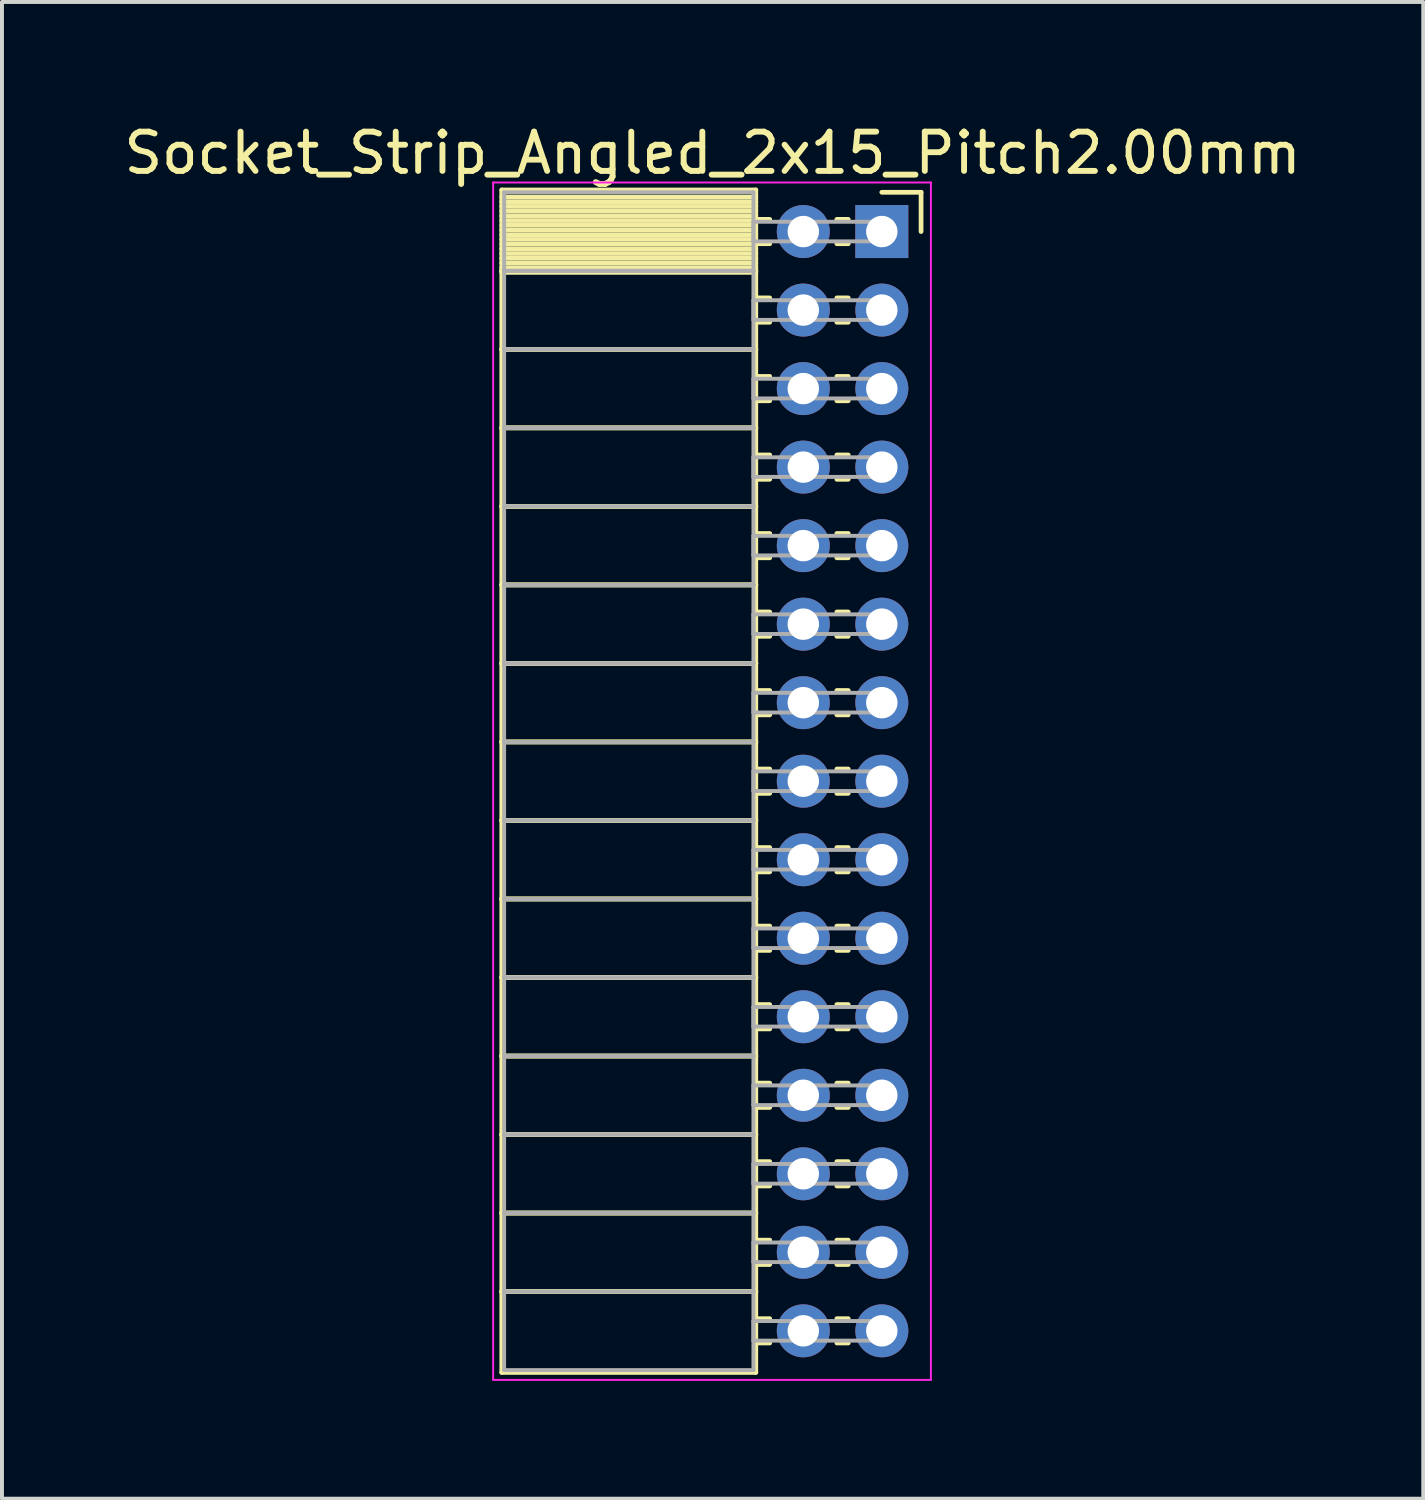
<source format=kicad_pcb>
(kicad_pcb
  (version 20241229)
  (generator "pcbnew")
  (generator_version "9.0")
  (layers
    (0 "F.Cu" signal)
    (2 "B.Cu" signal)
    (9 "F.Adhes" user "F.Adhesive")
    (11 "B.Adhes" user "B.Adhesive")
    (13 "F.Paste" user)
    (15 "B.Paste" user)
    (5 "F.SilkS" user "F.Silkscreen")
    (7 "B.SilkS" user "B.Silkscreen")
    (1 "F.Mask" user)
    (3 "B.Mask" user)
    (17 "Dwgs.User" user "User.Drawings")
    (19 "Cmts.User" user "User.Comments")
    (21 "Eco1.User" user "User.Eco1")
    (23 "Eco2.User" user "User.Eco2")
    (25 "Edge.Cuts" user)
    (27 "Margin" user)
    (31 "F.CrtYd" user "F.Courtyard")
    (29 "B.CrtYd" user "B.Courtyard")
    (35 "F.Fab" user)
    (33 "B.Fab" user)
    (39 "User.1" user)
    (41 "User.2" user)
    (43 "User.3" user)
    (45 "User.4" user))
  (footprint "Socket_Strip_Angled_2x15_Pitch2.00mm"
    (layer "F.Cu")
    (at 19.411 2.848)
    (property "Reference" "Socket_Strip_Angled_2x15_Pitch2.00mm" (at -4.31 -2 0) (layer "F.SilkS") (effects (font (size 1 1) (thickness 0.15))))
    (attr through_hole)
    (fp_line (start -9.68 -1.06) (end -3.21 -1.06) (stroke (width 0.12) (type solid)) (layer "F.SilkS"))
    (fp_line (start -9.68 1) (end -9.68 -1.06) (stroke (width 0.12) (type solid)) (layer "F.SilkS"))
    (fp_line (start -9.68 1) (end -3.21 1) (stroke (width 0.12) (type solid)) (layer "F.SilkS"))
    (fp_line (start -9.68 3) (end -9.68 1) (stroke (width 0.12) (type solid)) (layer "F.SilkS"))
    (fp_line (start -9.68 3) (end -3.21 3) (stroke (width 0.12) (type solid)) (layer "F.SilkS"))
    (fp_line (start -9.68 5) (end -9.68 3) (stroke (width 0.12) (type solid)) (layer "F.SilkS"))
    (fp_line (start -9.68 5) (end -3.21 5) (stroke (width 0.12) (type solid)) (layer "F.SilkS"))
    (fp_line (start -9.68 7) (end -9.68 5) (stroke (width 0.12) (type solid)) (layer "F.SilkS"))
    (fp_line (start -9.68 7) (end -3.21 7) (stroke (width 0.12) (type solid)) (layer "F.SilkS"))
    (fp_line (start -9.68 9) (end -9.68 7) (stroke (width 0.12) (type solid)) (layer "F.SilkS"))
    (fp_line (start -9.68 9) (end -3.21 9) (stroke (width 0.12) (type solid)) (layer "F.SilkS"))
    (fp_line (start -9.68 11) (end -9.68 9) (stroke (width 0.12) (type solid)) (layer "F.SilkS"))
    (fp_line (start -9.68 11) (end -3.21 11) (stroke (width 0.12) (type solid)) (layer "F.SilkS"))
    (fp_line (start -9.68 13) (end -9.68 11) (stroke (width 0.12) (type solid)) (layer "F.SilkS"))
    (fp_line (start -9.68 13) (end -3.21 13) (stroke (width 0.12) (type solid)) (layer "F.SilkS"))
    (fp_line (start -9.68 15) (end -9.68 13) (stroke (width 0.12) (type solid)) (layer "F.SilkS"))
    (fp_line (start -9.68 15) (end -3.21 15) (stroke (width 0.12) (type solid)) (layer "F.SilkS"))
    (fp_line (start -9.68 17) (end -9.68 15) (stroke (width 0.12) (type solid)) (layer "F.SilkS"))
    (fp_line (start -9.68 17) (end -3.21 17) (stroke (width 0.12) (type solid)) (layer "F.SilkS"))
    (fp_line (start -9.68 19) (end -9.68 17) (stroke (width 0.12) (type solid)) (layer "F.SilkS"))
    (fp_line (start -9.68 19) (end -3.21 19) (stroke (width 0.12) (type solid)) (layer "F.SilkS"))
    (fp_line (start -9.68 21) (end -9.68 19) (stroke (width 0.12) (type solid)) (layer "F.SilkS"))
    (fp_line (start -9.68 21) (end -3.21 21) (stroke (width 0.12) (type solid)) (layer "F.SilkS"))
    (fp_line (start -9.68 23) (end -9.68 21) (stroke (width 0.12) (type solid)) (layer "F.SilkS"))
    (fp_line (start -9.68 23) (end -3.21 23) (stroke (width 0.12) (type solid)) (layer "F.SilkS"))
    (fp_line (start -9.68 25) (end -9.68 23) (stroke (width 0.12) (type solid)) (layer "F.SilkS"))
    (fp_line (start -9.68 25) (end -3.21 25) (stroke (width 0.12) (type solid)) (layer "F.SilkS"))
    (fp_line (start -9.68 27) (end -9.68 25) (stroke (width 0.12) (type solid)) (layer "F.SilkS"))
    (fp_line (start -9.68 27) (end -3.21 27) (stroke (width 0.12) (type solid)) (layer "F.SilkS"))
    (fp_line (start -9.68 29.06) (end -9.68 27) (stroke (width 0.12) (type solid)) (layer "F.SilkS"))
    (fp_line (start -3.21 -1.06) (end -3.21 1) (stroke (width 0.12) (type solid)) (layer "F.SilkS"))
    (fp_line (start -3.21 -0.88) (end -9.68 -0.88) (stroke (width 0.12) (type solid)) (layer "F.SilkS"))
    (fp_line (start -3.21 -0.76) (end -9.68 -0.76) (stroke (width 0.12) (type solid)) (layer "F.SilkS"))
    (fp_line (start -3.21 -0.64) (end -9.68 -0.64) (stroke (width 0.12) (type solid)) (layer "F.SilkS"))
    (fp_line (start -3.21 -0.52) (end -9.68 -0.52) (stroke (width 0.12) (type solid)) (layer "F.SilkS"))
    (fp_line (start -3.21 -0.4) (end -9.68 -0.4) (stroke (width 0.12) (type solid)) (layer "F.SilkS"))
    (fp_line (start -3.21 -0.28) (end -9.68 -0.28) (stroke (width 0.12) (type solid)) (layer "F.SilkS"))
    (fp_line (start -3.21 -0.16) (end -9.68 -0.16) (stroke (width 0.12) (type solid)) (layer "F.SilkS"))
    (fp_line (start -3.21 -0.04) (end -9.68 -0.04) (stroke (width 0.12) (type solid)) (layer "F.SilkS"))
    (fp_line (start -3.21 0.08) (end -9.68 0.08) (stroke (width 0.12) (type solid)) (layer "F.SilkS"))
    (fp_line (start -3.21 0.2) (end -9.68 0.2) (stroke (width 0.12) (type solid)) (layer "F.SilkS"))
    (fp_line (start -3.21 0.32) (end -9.68 0.32) (stroke (width 0.12) (type solid)) (layer "F.SilkS"))
    (fp_line (start -3.21 0.44) (end -9.68 0.44) (stroke (width 0.12) (type solid)) (layer "F.SilkS"))
    (fp_line (start -3.21 0.56) (end -9.68 0.56) (stroke (width 0.12) (type solid)) (layer "F.SilkS"))
    (fp_line (start -3.21 0.68) (end -9.68 0.68) (stroke (width 0.12) (type solid)) (layer "F.SilkS"))
    (fp_line (start -3.21 0.8) (end -9.68 0.8) (stroke (width 0.12) (type solid)) (layer "F.SilkS"))
    (fp_line (start -3.21 0.92) (end -9.68 0.92) (stroke (width 0.12) (type solid)) (layer "F.SilkS"))
    (fp_line (start -3.21 1) (end -9.68 1) (stroke (width 0.12) (type solid)) (layer "F.SilkS"))
    (fp_line (start -3.21 1) (end -3.21 3) (stroke (width 0.12) (type solid)) (layer "F.SilkS"))
    (fp_line (start -3.21 1.04) (end -9.68 1.04) (stroke (width 0.12) (type solid)) (layer "F.SilkS"))
    (fp_line (start -3.21 3) (end -9.68 3) (stroke (width 0.12) (type solid)) (layer "F.SilkS"))
    (fp_line (start -3.21 3) (end -3.21 5) (stroke (width 0.12) (type solid)) (layer "F.SilkS"))
    (fp_line (start -3.21 5) (end -9.68 5) (stroke (width 0.12) (type solid)) (layer "F.SilkS"))
    (fp_line (start -3.21 5) (end -3.21 7) (stroke (width 0.12) (type solid)) (layer "F.SilkS"))
    (fp_line (start -3.21 7) (end -9.68 7) (stroke (width 0.12) (type solid)) (layer "F.SilkS"))
    (fp_line (start -3.21 7) (end -3.21 9) (stroke (width 0.12) (type solid)) (layer "F.SilkS"))
    (fp_line (start -3.21 9) (end -9.68 9) (stroke (width 0.12) (type solid)) (layer "F.SilkS"))
    (fp_line (start -3.21 9) (end -3.21 11) (stroke (width 0.12) (type solid)) (layer "F.SilkS"))
    (fp_line (start -3.21 11) (end -9.68 11) (stroke (width 0.12) (type solid)) (layer "F.SilkS"))
    (fp_line (start -3.21 11) (end -3.21 13) (stroke (width 0.12) (type solid)) (layer "F.SilkS"))
    (fp_line (start -3.21 13) (end -9.68 13) (stroke (width 0.12) (type solid)) (layer "F.SilkS"))
    (fp_line (start -3.21 13) (end -3.21 15) (stroke (width 0.12) (type solid)) (layer "F.SilkS"))
    (fp_line (start -3.21 15) (end -9.68 15) (stroke (width 0.12) (type solid)) (layer "F.SilkS"))
    (fp_line (start -3.21 15) (end -3.21 17) (stroke (width 0.12) (type solid)) (layer "F.SilkS"))
    (fp_line (start -3.21 17) (end -9.68 17) (stroke (width 0.12) (type solid)) (layer "F.SilkS"))
    (fp_line (start -3.21 17) (end -3.21 19) (stroke (width 0.12) (type solid)) (layer "F.SilkS"))
    (fp_line (start -3.21 19) (end -9.68 19) (stroke (width 0.12) (type solid)) (layer "F.SilkS"))
    (fp_line (start -3.21 19) (end -3.21 21) (stroke (width 0.12) (type solid)) (layer "F.SilkS"))
    (fp_line (start -3.21 21) (end -9.68 21) (stroke (width 0.12) (type solid)) (layer "F.SilkS"))
    (fp_line (start -3.21 21) (end -3.21 23) (stroke (width 0.12) (type solid)) (layer "F.SilkS"))
    (fp_line (start -3.21 23) (end -9.68 23) (stroke (width 0.12) (type solid)) (layer "F.SilkS"))
    (fp_line (start -3.21 23) (end -3.21 25) (stroke (width 0.12) (type solid)) (layer "F.SilkS"))
    (fp_line (start -3.21 25) (end -9.68 25) (stroke (width 0.12) (type solid)) (layer "F.SilkS"))
    (fp_line (start -3.21 25) (end -3.21 27) (stroke (width 0.12) (type solid)) (layer "F.SilkS"))
    (fp_line (start -3.21 27) (end -9.68 27) (stroke (width 0.12) (type solid)) (layer "F.SilkS"))
    (fp_line (start -3.21 27) (end -3.21 29.06) (stroke (width 0.12) (type solid)) (layer "F.SilkS"))
    (fp_line (start -3.21 29.06) (end -9.68 29.06) (stroke (width 0.12) (type solid)) (layer "F.SilkS"))
    (fp_line (start -2.855 -0.31) (end -3.21 -0.31) (stroke (width 0.12) (type solid)) (layer "F.SilkS"))
    (fp_line (start -2.855 0.31) (end -3.21 0.31) (stroke (width 0.12) (type solid)) (layer "F.SilkS"))
    (fp_line (start -2.855 1.69) (end -3.21 1.69) (stroke (width 0.12) (type solid)) (layer "F.SilkS"))
    (fp_line (start -2.855 2.31) (end -3.21 2.31) (stroke (width 0.12) (type solid)) (layer "F.SilkS"))
    (fp_line (start -2.855 3.69) (end -3.21 3.69) (stroke (width 0.12) (type solid)) (layer "F.SilkS"))
    (fp_line (start -2.855 4.31) (end -3.21 4.31) (stroke (width 0.12) (type solid)) (layer "F.SilkS"))
    (fp_line (start -2.855 5.69) (end -3.21 5.69) (stroke (width 0.12) (type solid)) (layer "F.SilkS"))
    (fp_line (start -2.855 6.31) (end -3.21 6.31) (stroke (width 0.12) (type solid)) (layer "F.SilkS"))
    (fp_line (start -2.855 7.69) (end -3.21 7.69) (stroke (width 0.12) (type solid)) (layer "F.SilkS"))
    (fp_line (start -2.855 8.31) (end -3.21 8.31) (stroke (width 0.12) (type solid)) (layer "F.SilkS"))
    (fp_line (start -2.855 9.69) (end -3.21 9.69) (stroke (width 0.12) (type solid)) (layer "F.SilkS"))
    (fp_line (start -2.855 10.31) (end -3.21 10.31) (stroke (width 0.12) (type solid)) (layer "F.SilkS"))
    (fp_line (start -2.855 11.69) (end -3.21 11.69) (stroke (width 0.12) (type solid)) (layer "F.SilkS"))
    (fp_line (start -2.855 12.31) (end -3.21 12.31) (stroke (width 0.12) (type solid)) (layer "F.SilkS"))
    (fp_line (start -2.855 13.69) (end -3.21 13.69) (stroke (width 0.12) (type solid)) (layer "F.SilkS"))
    (fp_line (start -2.855 14.31) (end -3.21 14.31) (stroke (width 0.12) (type solid)) (layer "F.SilkS"))
    (fp_line (start -2.855 15.69) (end -3.21 15.69) (stroke (width 0.12) (type solid)) (layer "F.SilkS"))
    (fp_line (start -2.855 16.31) (end -3.21 16.31) (stroke (width 0.12) (type solid)) (layer "F.SilkS"))
    (fp_line (start -2.855 17.69) (end -3.21 17.69) (stroke (width 0.12) (type solid)) (layer "F.SilkS"))
    (fp_line (start -2.855 18.31) (end -3.21 18.31) (stroke (width 0.12) (type solid)) (layer "F.SilkS"))
    (fp_line (start -2.855 19.69) (end -3.21 19.69) (stroke (width 0.12) (type solid)) (layer "F.SilkS"))
    (fp_line (start -2.855 20.31) (end -3.21 20.31) (stroke (width 0.12) (type solid)) (layer "F.SilkS"))
    (fp_line (start -2.855 21.69) (end -3.21 21.69) (stroke (width 0.12) (type solid)) (layer "F.SilkS"))
    (fp_line (start -2.855 22.31) (end -3.21 22.31) (stroke (width 0.12) (type solid)) (layer "F.SilkS"))
    (fp_line (start -2.855 23.69) (end -3.21 23.69) (stroke (width 0.12) (type solid)) (layer "F.SilkS"))
    (fp_line (start -2.855 24.31) (end -3.21 24.31) (stroke (width 0.12) (type solid)) (layer "F.SilkS"))
    (fp_line (start -2.855 25.69) (end -3.21 25.69) (stroke (width 0.12) (type solid)) (layer "F.SilkS"))
    (fp_line (start -2.855 26.31) (end -3.21 26.31) (stroke (width 0.12) (type solid)) (layer "F.SilkS"))
    (fp_line (start -2.855 27.69) (end -3.21 27.69) (stroke (width 0.12) (type solid)) (layer "F.SilkS"))
    (fp_line (start -2.855 28.31) (end -3.21 28.31) (stroke (width 0.12) (type solid)) (layer "F.SilkS"))
    (fp_line (start -0.855 -0.31) (end -1.145 -0.31) (stroke (width 0.12) (type solid)) (layer "F.SilkS"))
    (fp_line (start -0.855 0.31) (end -1.145 0.31) (stroke (width 0.12) (type solid)) (layer "F.SilkS"))
    (fp_line (start -0.855 1.69) (end -1.145 1.69) (stroke (width 0.12) (type solid)) (layer "F.SilkS"))
    (fp_line (start -0.855 2.31) (end -1.145 2.31) (stroke (width 0.12) (type solid)) (layer "F.SilkS"))
    (fp_line (start -0.855 3.69) (end -1.145 3.69) (stroke (width 0.12) (type solid)) (layer "F.SilkS"))
    (fp_line (start -0.855 4.31) (end -1.145 4.31) (stroke (width 0.12) (type solid)) (layer "F.SilkS"))
    (fp_line (start -0.855 5.69) (end -1.145 5.69) (stroke (width 0.12) (type solid)) (layer "F.SilkS"))
    (fp_line (start -0.855 6.31) (end -1.145 6.31) (stroke (width 0.12) (type solid)) (layer "F.SilkS"))
    (fp_line (start -0.855 7.69) (end -1.145 7.69) (stroke (width 0.12) (type solid)) (layer "F.SilkS"))
    (fp_line (start -0.855 8.31) (end -1.145 8.31) (stroke (width 0.12) (type solid)) (layer "F.SilkS"))
    (fp_line (start -0.855 9.69) (end -1.145 9.69) (stroke (width 0.12) (type solid)) (layer "F.SilkS"))
    (fp_line (start -0.855 10.31) (end -1.145 10.31) (stroke (width 0.12) (type solid)) (layer "F.SilkS"))
    (fp_line (start -0.855 11.69) (end -1.145 11.69) (stroke (width 0.12) (type solid)) (layer "F.SilkS"))
    (fp_line (start -0.855 12.31) (end -1.145 12.31) (stroke (width 0.12) (type solid)) (layer "F.SilkS"))
    (fp_line (start -0.855 13.69) (end -1.145 13.69) (stroke (width 0.12) (type solid)) (layer "F.SilkS"))
    (fp_line (start -0.855 14.31) (end -1.145 14.31) (stroke (width 0.12) (type solid)) (layer "F.SilkS"))
    (fp_line (start -0.855 15.69) (end -1.145 15.69) (stroke (width 0.12) (type solid)) (layer "F.SilkS"))
    (fp_line (start -0.855 16.31) (end -1.145 16.31) (stroke (width 0.12) (type solid)) (layer "F.SilkS"))
    (fp_line (start -0.855 17.69) (end -1.145 17.69) (stroke (width 0.12) (type solid)) (layer "F.SilkS"))
    (fp_line (start -0.855 18.31) (end -1.145 18.31) (stroke (width 0.12) (type solid)) (layer "F.SilkS"))
    (fp_line (start -0.855 19.69) (end -1.145 19.69) (stroke (width 0.12) (type solid)) (layer "F.SilkS"))
    (fp_line (start -0.855 20.31) (end -1.145 20.31) (stroke (width 0.12) (type solid)) (layer "F.SilkS"))
    (fp_line (start -0.855 21.69) (end -1.145 21.69) (stroke (width 0.12) (type solid)) (layer "F.SilkS"))
    (fp_line (start -0.855 22.31) (end -1.145 22.31) (stroke (width 0.12) (type solid)) (layer "F.SilkS"))
    (fp_line (start -0.855 23.69) (end -1.145 23.69) (stroke (width 0.12) (type solid)) (layer "F.SilkS"))
    (fp_line (start -0.855 24.31) (end -1.145 24.31) (stroke (width 0.12) (type solid)) (layer "F.SilkS"))
    (fp_line (start -0.855 25.69) (end -1.145 25.69) (stroke (width 0.12) (type solid)) (layer "F.SilkS"))
    (fp_line (start -0.855 26.31) (end -1.145 26.31) (stroke (width 0.12) (type solid)) (layer "F.SilkS"))
    (fp_line (start -0.855 27.69) (end -1.145 27.69) (stroke (width 0.12) (type solid)) (layer "F.SilkS"))
    (fp_line (start -0.855 28.31) (end -1.145 28.31) (stroke (width 0.12) (type solid)) (layer "F.SilkS"))
    (fp_line (start 0 -1) (end 1 -1) (stroke (width 0.12) (type solid)) (layer "F.SilkS"))
    (fp_line (start 1 -1) (end 1 0) (stroke (width 0.12) (type solid)) (layer "F.SilkS"))
    (fp_line (start -9.9 -1.25) (end 1.25 -1.25) (stroke (width 0.05) (type solid)) (layer "F.CrtYd"))
    (fp_line (start -9.9 29.25) (end -9.9 -1.25) (stroke (width 0.05) (type solid)) (layer "F.CrtYd"))
    (fp_line (start 1.25 -1.25) (end 1.25 29.25) (stroke (width 0.05) (type solid)) (layer "F.CrtYd"))
    (fp_line (start 1.25 29.25) (end -9.9 29.25) (stroke (width 0.05) (type solid)) (layer "F.CrtYd"))
    (fp_line (start -9.62 -1) (end -3.27 -1) (stroke (width 0.1) (type solid)) (layer "F.Fab"))
    (fp_line (start -9.62 1) (end -9.62 -1) (stroke (width 0.1) (type solid)) (layer "F.Fab"))
    (fp_line (start -9.62 1) (end -3.27 1) (stroke (width 0.1) (type solid)) (layer "F.Fab"))
    (fp_line (start -9.62 3) (end -9.62 1) (stroke (width 0.1) (type solid)) (layer "F.Fab"))
    (fp_line (start -9.62 3) (end -3.27 3) (stroke (width 0.1) (type solid)) (layer "F.Fab"))
    (fp_line (start -9.62 5) (end -9.62 3) (stroke (width 0.1) (type solid)) (layer "F.Fab"))
    (fp_line (start -9.62 5) (end -3.27 5) (stroke (width 0.1) (type solid)) (layer "F.Fab"))
    (fp_line (start -9.62 7) (end -9.62 5) (stroke (width 0.1) (type solid)) (layer "F.Fab"))
    (fp_line (start -9.62 7) (end -3.27 7) (stroke (width 0.1) (type solid)) (layer "F.Fab"))
    (fp_line (start -9.62 9) (end -9.62 7) (stroke (width 0.1) (type solid)) (layer "F.Fab"))
    (fp_line (start -9.62 9) (end -3.27 9) (stroke (width 0.1) (type solid)) (layer "F.Fab"))
    (fp_line (start -9.62 11) (end -9.62 9) (stroke (width 0.1) (type solid)) (layer "F.Fab"))
    (fp_line (start -9.62 11) (end -3.27 11) (stroke (width 0.1) (type solid)) (layer "F.Fab"))
    (fp_line (start -9.62 13) (end -9.62 11) (stroke (width 0.1) (type solid)) (layer "F.Fab"))
    (fp_line (start -9.62 13) (end -3.27 13) (stroke (width 0.1) (type solid)) (layer "F.Fab"))
    (fp_line (start -9.62 15) (end -9.62 13) (stroke (width 0.1) (type solid)) (layer "F.Fab"))
    (fp_line (start -9.62 15) (end -3.27 15) (stroke (width 0.1) (type solid)) (layer "F.Fab"))
    (fp_line (start -9.62 17) (end -9.62 15) (stroke (width 0.1) (type solid)) (layer "F.Fab"))
    (fp_line (start -9.62 17) (end -3.27 17) (stroke (width 0.1) (type solid)) (layer "F.Fab"))
    (fp_line (start -9.62 19) (end -9.62 17) (stroke (width 0.1) (type solid)) (layer "F.Fab"))
    (fp_line (start -9.62 19) (end -3.27 19) (stroke (width 0.1) (type solid)) (layer "F.Fab"))
    (fp_line (start -9.62 21) (end -9.62 19) (stroke (width 0.1) (type solid)) (layer "F.Fab"))
    (fp_line (start -9.62 21) (end -3.27 21) (stroke (width 0.1) (type solid)) (layer "F.Fab"))
    (fp_line (start -9.62 23) (end -9.62 21) (stroke (width 0.1) (type solid)) (layer "F.Fab"))
    (fp_line (start -9.62 23) (end -3.27 23) (stroke (width 0.1) (type solid)) (layer "F.Fab"))
    (fp_line (start -9.62 25) (end -9.62 23) (stroke (width 0.1) (type solid)) (layer "F.Fab"))
    (fp_line (start -9.62 25) (end -3.27 25) (stroke (width 0.1) (type solid)) (layer "F.Fab"))
    (fp_line (start -9.62 27) (end -9.62 25) (stroke (width 0.1) (type solid)) (layer "F.Fab"))
    (fp_line (start -9.62 27) (end -3.27 27) (stroke (width 0.1) (type solid)) (layer "F.Fab"))
    (fp_line (start -9.62 29) (end -9.62 27) (stroke (width 0.1) (type solid)) (layer "F.Fab"))
    (fp_line (start -3.27 -1) (end -3.27 1) (stroke (width 0.1) (type solid)) (layer "F.Fab"))
    (fp_line (start -3.27 -0.25) (end 0 -0.25) (stroke (width 0.1) (type solid)) (layer "F.Fab"))
    (fp_line (start -3.27 0.25) (end -3.27 -0.25) (stroke (width 0.1) (type solid)) (layer "F.Fab"))
    (fp_line (start -3.27 1) (end -9.62 1) (stroke (width 0.1) (type solid)) (layer "F.Fab"))
    (fp_line (start -3.27 1) (end -3.27 3) (stroke (width 0.1) (type solid)) (layer "F.Fab"))
    (fp_line (start -3.27 1.75) (end 0 1.75) (stroke (width 0.1) (type solid)) (layer "F.Fab"))
    (fp_line (start -3.27 2.25) (end -3.27 1.75) (stroke (width 0.1) (type solid)) (layer "F.Fab"))
    (fp_line (start -3.27 3) (end -9.62 3) (stroke (width 0.1) (type solid)) (layer "F.Fab"))
    (fp_line (start -3.27 3) (end -3.27 5) (stroke (width 0.1) (type solid)) (layer "F.Fab"))
    (fp_line (start -3.27 3.75) (end 0 3.75) (stroke (width 0.1) (type solid)) (layer "F.Fab"))
    (fp_line (start -3.27 4.25) (end -3.27 3.75) (stroke (width 0.1) (type solid)) (layer "F.Fab"))
    (fp_line (start -3.27 5) (end -9.62 5) (stroke (width 0.1) (type solid)) (layer "F.Fab"))
    (fp_line (start -3.27 5) (end -3.27 7) (stroke (width 0.1) (type solid)) (layer "F.Fab"))
    (fp_line (start -3.27 5.75) (end 0 5.75) (stroke (width 0.1) (type solid)) (layer "F.Fab"))
    (fp_line (start -3.27 6.25) (end -3.27 5.75) (stroke (width 0.1) (type solid)) (layer "F.Fab"))
    (fp_line (start -3.27 7) (end -9.62 7) (stroke (width 0.1) (type solid)) (layer "F.Fab"))
    (fp_line (start -3.27 7) (end -3.27 9) (stroke (width 0.1) (type solid)) (layer "F.Fab"))
    (fp_line (start -3.27 7.75) (end 0 7.75) (stroke (width 0.1) (type solid)) (layer "F.Fab"))
    (fp_line (start -3.27 8.25) (end -3.27 7.75) (stroke (width 0.1) (type solid)) (layer "F.Fab"))
    (fp_line (start -3.27 9) (end -9.62 9) (stroke (width 0.1) (type solid)) (layer "F.Fab"))
    (fp_line (start -3.27 9) (end -3.27 11) (stroke (width 0.1) (type solid)) (layer "F.Fab"))
    (fp_line (start -3.27 9.75) (end 0 9.75) (stroke (width 0.1) (type solid)) (layer "F.Fab"))
    (fp_line (start -3.27 10.25) (end -3.27 9.75) (stroke (width 0.1) (type solid)) (layer "F.Fab"))
    (fp_line (start -3.27 11) (end -9.62 11) (stroke (width 0.1) (type solid)) (layer "F.Fab"))
    (fp_line (start -3.27 11) (end -3.27 13) (stroke (width 0.1) (type solid)) (layer "F.Fab"))
    (fp_line (start -3.27 11.75) (end 0 11.75) (stroke (width 0.1) (type solid)) (layer "F.Fab"))
    (fp_line (start -3.27 12.25) (end -3.27 11.75) (stroke (width 0.1) (type solid)) (layer "F.Fab"))
    (fp_line (start -3.27 13) (end -9.62 13) (stroke (width 0.1) (type solid)) (layer "F.Fab"))
    (fp_line (start -3.27 13) (end -3.27 15) (stroke (width 0.1) (type solid)) (layer "F.Fab"))
    (fp_line (start -3.27 13.75) (end 0 13.75) (stroke (width 0.1) (type solid)) (layer "F.Fab"))
    (fp_line (start -3.27 14.25) (end -3.27 13.75) (stroke (width 0.1) (type solid)) (layer "F.Fab"))
    (fp_line (start -3.27 15) (end -9.62 15) (stroke (width 0.1) (type solid)) (layer "F.Fab"))
    (fp_line (start -3.27 15) (end -3.27 17) (stroke (width 0.1) (type solid)) (layer "F.Fab"))
    (fp_line (start -3.27 15.75) (end 0 15.75) (stroke (width 0.1) (type solid)) (layer "F.Fab"))
    (fp_line (start -3.27 16.25) (end -3.27 15.75) (stroke (width 0.1) (type solid)) (layer "F.Fab"))
    (fp_line (start -3.27 17) (end -9.62 17) (stroke (width 0.1) (type solid)) (layer "F.Fab"))
    (fp_line (start -3.27 17) (end -3.27 19) (stroke (width 0.1) (type solid)) (layer "F.Fab"))
    (fp_line (start -3.27 17.75) (end 0 17.75) (stroke (width 0.1) (type solid)) (layer "F.Fab"))
    (fp_line (start -3.27 18.25) (end -3.27 17.75) (stroke (width 0.1) (type solid)) (layer "F.Fab"))
    (fp_line (start -3.27 19) (end -9.62 19) (stroke (width 0.1) (type solid)) (layer "F.Fab"))
    (fp_line (start -3.27 19) (end -3.27 21) (stroke (width 0.1) (type solid)) (layer "F.Fab"))
    (fp_line (start -3.27 19.75) (end 0 19.75) (stroke (width 0.1) (type solid)) (layer "F.Fab"))
    (fp_line (start -3.27 20.25) (end -3.27 19.75) (stroke (width 0.1) (type solid)) (layer "F.Fab"))
    (fp_line (start -3.27 21) (end -9.62 21) (stroke (width 0.1) (type solid)) (layer "F.Fab"))
    (fp_line (start -3.27 21) (end -3.27 23) (stroke (width 0.1) (type solid)) (layer "F.Fab"))
    (fp_line (start -3.27 21.75) (end 0 21.75) (stroke (width 0.1) (type solid)) (layer "F.Fab"))
    (fp_line (start -3.27 22.25) (end -3.27 21.75) (stroke (width 0.1) (type solid)) (layer "F.Fab"))
    (fp_line (start -3.27 23) (end -9.62 23) (stroke (width 0.1) (type solid)) (layer "F.Fab"))
    (fp_line (start -3.27 23) (end -3.27 25) (stroke (width 0.1) (type solid)) (layer "F.Fab"))
    (fp_line (start -3.27 23.75) (end 0 23.75) (stroke (width 0.1) (type solid)) (layer "F.Fab"))
    (fp_line (start -3.27 24.25) (end -3.27 23.75) (stroke (width 0.1) (type solid)) (layer "F.Fab"))
    (fp_line (start -3.27 25) (end -9.62 25) (stroke (width 0.1) (type solid)) (layer "F.Fab"))
    (fp_line (start -3.27 25) (end -3.27 27) (stroke (width 0.1) (type solid)) (layer "F.Fab"))
    (fp_line (start -3.27 25.75) (end 0 25.75) (stroke (width 0.1) (type solid)) (layer "F.Fab"))
    (fp_line (start -3.27 26.25) (end -3.27 25.75) (stroke (width 0.1) (type solid)) (layer "F.Fab"))
    (fp_line (start -3.27 27) (end -9.62 27) (stroke (width 0.1) (type solid)) (layer "F.Fab"))
    (fp_line (start -3.27 27) (end -3.27 29) (stroke (width 0.1) (type solid)) (layer "F.Fab"))
    (fp_line (start -3.27 27.75) (end 0 27.75) (stroke (width 0.1) (type solid)) (layer "F.Fab"))
    (fp_line (start -3.27 28.25) (end -3.27 27.75) (stroke (width 0.1) (type solid)) (layer "F.Fab"))
    (fp_line (start -3.27 29) (end -9.62 29) (stroke (width 0.1) (type solid)) (layer "F.Fab"))
    (fp_line (start 0 -0.25) (end 0 0.25) (stroke (width 0.1) (type solid)) (layer "F.Fab"))
    (fp_line (start 0 0.25) (end -3.27 0.25) (stroke (width 0.1) (type solid)) (layer "F.Fab"))
    (fp_line (start 0 1.75) (end 0 2.25) (stroke (width 0.1) (type solid)) (layer "F.Fab"))
    (fp_line (start 0 2.25) (end -3.27 2.25) (stroke (width 0.1) (type solid)) (layer "F.Fab"))
    (fp_line (start 0 3.75) (end 0 4.25) (stroke (width 0.1) (type solid)) (layer "F.Fab"))
    (fp_line (start 0 4.25) (end -3.27 4.25) (stroke (width 0.1) (type solid)) (layer "F.Fab"))
    (fp_line (start 0 5.75) (end 0 6.25) (stroke (width 0.1) (type solid)) (layer "F.Fab"))
    (fp_line (start 0 6.25) (end -3.27 6.25) (stroke (width 0.1) (type solid)) (layer "F.Fab"))
    (fp_line (start 0 7.75) (end 0 8.25) (stroke (width 0.1) (type solid)) (layer "F.Fab"))
    (fp_line (start 0 8.25) (end -3.27 8.25) (stroke (width 0.1) (type solid)) (layer "F.Fab"))
    (fp_line (start 0 9.75) (end 0 10.25) (stroke (width 0.1) (type solid)) (layer "F.Fab"))
    (fp_line (start 0 10.25) (end -3.27 10.25) (stroke (width 0.1) (type solid)) (layer "F.Fab"))
    (fp_line (start 0 11.75) (end 0 12.25) (stroke (width 0.1) (type solid)) (layer "F.Fab"))
    (fp_line (start 0 12.25) (end -3.27 12.25) (stroke (width 0.1) (type solid)) (layer "F.Fab"))
    (fp_line (start 0 13.75) (end 0 14.25) (stroke (width 0.1) (type solid)) (layer "F.Fab"))
    (fp_line (start 0 14.25) (end -3.27 14.25) (stroke (width 0.1) (type solid)) (layer "F.Fab"))
    (fp_line (start 0 15.75) (end 0 16.25) (stroke (width 0.1) (type solid)) (layer "F.Fab"))
    (fp_line (start 0 16.25) (end -3.27 16.25) (stroke (width 0.1) (type solid)) (layer "F.Fab"))
    (fp_line (start 0 17.75) (end 0 18.25) (stroke (width 0.1) (type solid)) (layer "F.Fab"))
    (fp_line (start 0 18.25) (end -3.27 18.25) (stroke (width 0.1) (type solid)) (layer "F.Fab"))
    (fp_line (start 0 19.75) (end 0 20.25) (stroke (width 0.1) (type solid)) (layer "F.Fab"))
    (fp_line (start 0 20.25) (end -3.27 20.25) (stroke (width 0.1) (type solid)) (layer "F.Fab"))
    (fp_line (start 0 21.75) (end 0 22.25) (stroke (width 0.1) (type solid)) (layer "F.Fab"))
    (fp_line (start 0 22.25) (end -3.27 22.25) (stroke (width 0.1) (type solid)) (layer "F.Fab"))
    (fp_line (start 0 23.75) (end 0 24.25) (stroke (width 0.1) (type solid)) (layer "F.Fab"))
    (fp_line (start 0 24.25) (end -3.27 24.25) (stroke (width 0.1) (type solid)) (layer "F.Fab"))
    (fp_line (start 0 25.75) (end 0 26.25) (stroke (width 0.1) (type solid)) (layer "F.Fab"))
    (fp_line (start 0 26.25) (end -3.27 26.25) (stroke (width 0.1) (type solid)) (layer "F.Fab"))
    (fp_line (start 0 27.75) (end 0 28.25) (stroke (width 0.1) (type solid)) (layer "F.Fab"))
    (fp_line (start 0 28.25) (end -3.27 28.25) (stroke (width 0.1) (type solid)) (layer "F.Fab"))
    (pad "1" thru_hole rect (at 0 0) (size 1.35 1.35) (drill 0.8) (layers "*.Cu" "*.Mask"))
    (pad "2" thru_hole oval (at -2 0) (size 1.35 1.35) (drill 0.8) (layers "*.Cu" "*.Mask"))
    (pad "3" thru_hole oval (at 0 2) (size 1.35 1.35) (drill 0.8) (layers "*.Cu" "*.Mask"))
    (pad "4" thru_hole oval (at -2 2) (size 1.35 1.35) (drill 0.8) (layers "*.Cu" "*.Mask"))
    (pad "5" thru_hole oval (at 0 4) (size 1.35 1.35) (drill 0.8) (layers "*.Cu" "*.Mask"))
    (pad "6" thru_hole oval (at -2 4) (size 1.35 1.35) (drill 0.8) (layers "*.Cu" "*.Mask"))
    (pad "7" thru_hole oval (at 0 6) (size 1.35 1.35) (drill 0.8) (layers "*.Cu" "*.Mask"))
    (pad "8" thru_hole oval (at -2 6) (size 1.35 1.35) (drill 0.8) (layers "*.Cu" "*.Mask"))
    (pad "9" thru_hole oval (at 0 8) (size 1.35 1.35) (drill 0.8) (layers "*.Cu" "*.Mask"))
    (pad "10" thru_hole oval (at -2 8) (size 1.35 1.35) (drill 0.8) (layers "*.Cu" "*.Mask"))
    (pad "11" thru_hole oval (at 0 10) (size 1.35 1.35) (drill 0.8) (layers "*.Cu" "*.Mask"))
    (pad "12" thru_hole oval (at -2 10) (size 1.35 1.35) (drill 0.8) (layers "*.Cu" "*.Mask"))
    (pad "13" thru_hole oval (at 0 12) (size 1.35 1.35) (drill 0.8) (layers "*.Cu" "*.Mask"))
    (pad "14" thru_hole oval (at -2 12) (size 1.35 1.35) (drill 0.8) (layers "*.Cu" "*.Mask"))
    (pad "15" thru_hole oval (at 0 14) (size 1.35 1.35) (drill 0.8) (layers "*.Cu" "*.Mask"))
    (pad "16" thru_hole oval (at -2 14) (size 1.35 1.35) (drill 0.8) (layers "*.Cu" "*.Mask"))
    (pad "17" thru_hole oval (at 0 16) (size 1.35 1.35) (drill 0.8) (layers "*.Cu" "*.Mask"))
    (pad "18" thru_hole oval (at -2 16) (size 1.35 1.35) (drill 0.8) (layers "*.Cu" "*.Mask"))
    (pad "19" thru_hole oval (at 0 18) (size 1.35 1.35) (drill 0.8) (layers "*.Cu" "*.Mask"))
    (pad "20" thru_hole oval (at -2 18) (size 1.35 1.35) (drill 0.8) (layers "*.Cu" "*.Mask"))
    (pad "21" thru_hole oval (at 0 20) (size 1.35 1.35) (drill 0.8) (layers "*.Cu" "*.Mask"))
    (pad "22" thru_hole oval (at -2 20) (size 1.35 1.35) (drill 0.8) (layers "*.Cu" "*.Mask"))
    (pad "23" thru_hole oval (at 0 22) (size 1.35 1.35) (drill 0.8) (layers "*.Cu" "*.Mask"))
    (pad "24" thru_hole oval (at -2 22) (size 1.35 1.35) (drill 0.8) (layers "*.Cu" "*.Mask"))
    (pad "25" thru_hole oval (at 0 24) (size 1.35 1.35) (drill 0.8) (layers "*.Cu" "*.Mask"))
    (pad "26" thru_hole oval (at -2 24) (size 1.35 1.35) (drill 0.8) (layers "*.Cu" "*.Mask"))
    (pad "27" thru_hole oval (at 0 26) (size 1.35 1.35) (drill 0.8) (layers "*.Cu" "*.Mask"))
    (pad "28" thru_hole oval (at -2 26) (size 1.35 1.35) (drill 0.8) (layers "*.Cu" "*.Mask"))
    (pad "29" thru_hole oval (at 0 28) (size 1.35 1.35) (drill 0.8) (layers "*.Cu" "*.Mask"))
    (pad "30" thru_hole oval (at -2 28) (size 1.35 1.35) (drill 0.8) (layers "*.Cu" "*.Mask")))
  (gr_rect
    (start -3 -3)
    (end 33.202 35.123)
    (stroke (width 0.1) (type default))
    (fill no)
    (layer "Edge.Cuts")))
</source>
